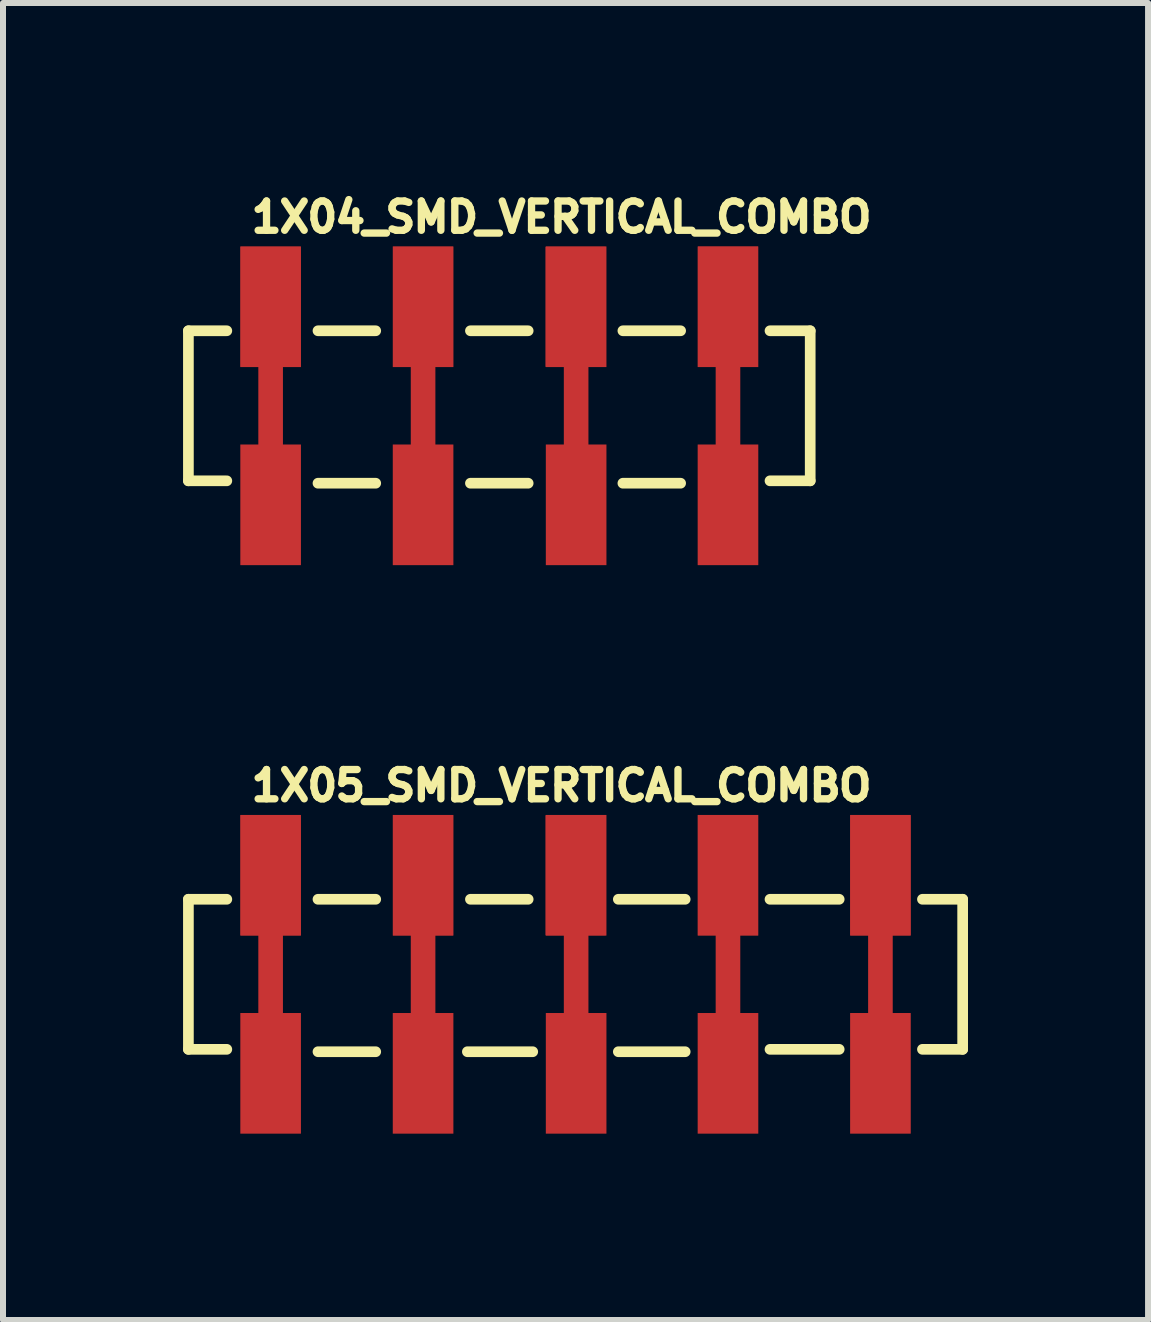
<source format=kicad_pcb>
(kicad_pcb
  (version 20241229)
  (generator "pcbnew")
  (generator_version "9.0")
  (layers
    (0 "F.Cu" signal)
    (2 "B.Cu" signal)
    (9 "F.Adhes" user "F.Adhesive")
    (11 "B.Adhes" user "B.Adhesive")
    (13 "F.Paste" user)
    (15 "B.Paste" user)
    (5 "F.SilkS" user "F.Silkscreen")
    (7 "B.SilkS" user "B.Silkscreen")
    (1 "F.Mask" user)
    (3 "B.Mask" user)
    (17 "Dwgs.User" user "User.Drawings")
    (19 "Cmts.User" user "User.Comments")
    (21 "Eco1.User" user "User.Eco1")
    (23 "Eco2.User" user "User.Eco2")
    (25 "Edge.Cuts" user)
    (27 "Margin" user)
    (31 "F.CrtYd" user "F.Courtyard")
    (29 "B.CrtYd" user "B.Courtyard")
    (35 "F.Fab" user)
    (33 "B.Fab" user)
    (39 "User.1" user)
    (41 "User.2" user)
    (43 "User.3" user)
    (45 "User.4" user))
  (footprint "1X04_SMD_VERTICAL_COMBO"
    (layer "F.Cu")
    (at 1.459 3.711)
    (property "Reference" "1X04_SMD_VERTICAL_COMBO" (at -0.381 -2.858 0) (layer "F.SilkS") (effects (font (size 0.488 0.488) (thickness 0.122)) (justify left bottom)))
    (fp_poly (pts (xy 0.505 -0.645) (xy 0.205 -0.645) (xy 0.205 0.645) (xy 0.505 0.645) (xy 0.505 2.655) (xy -0.505 2.655) (xy -0.505 0.645) (xy -0.205 0.645) (xy -0.205 -0.645) (xy -0.505 -0.645) (xy -0.505 -2.655) (xy 0.505 -2.655)) (stroke (width 0) (type solid)) (fill yes) (layer "F.Cu"))
    (fp_poly (pts (xy 3.045 -0.645) (xy 2.745 -0.645) (xy 2.745 0.645) (xy 3.045 0.645) (xy 3.045 2.655) (xy 2.035 2.655) (xy 2.035 0.645) (xy 2.335 0.645) (xy 2.335 -0.645) (xy 2.035 -0.645) (xy 2.035 -2.655) (xy 3.045 -2.655)) (stroke (width 0) (type solid)) (fill yes) (layer "F.Cu"))
    (fp_poly (pts (xy 5.595 -0.645) (xy 5.295 -0.645) (xy 5.295 0.645) (xy 5.595 0.645) (xy 5.595 2.655) (xy 4.585 2.655) (xy 4.585 0.645) (xy 4.885 0.645) (xy 4.885 -0.645) (xy 4.585 -0.645) (xy 4.585 -2.655) (xy 5.595 -2.655)) (stroke (width 0) (type solid)) (fill yes) (layer "F.Cu"))
    (fp_poly (pts (xy 8.125 -0.645) (xy 7.825 -0.645) (xy 7.825 0.645) (xy 8.125 0.645) (xy 8.125 2.655) (xy 7.115 2.655) (xy 7.115 0.645) (xy 7.415 0.645) (xy 7.415 -0.645) (xy 7.115 -0.645) (xy 7.115 -2.655) (xy 8.125 -2.655)) (stroke (width 0) (type solid)) (fill yes) (layer "F.Cu"))
    (fp_poly (pts (xy 0.58 0.56) (xy -0.62 0.56) (xy -0.62 2.76) (xy 0.58 2.76)) (stroke (width 0) (type solid)) (fill yes) (layer "F.Mask"))
    (fp_poly (pts (xy 0.6 -2.74) (xy -0.6 -2.74) (xy -0.6 -0.54) (xy 0.6 -0.54)) (stroke (width 0) (type solid)) (fill yes) (layer "F.Mask"))
    (fp_poly (pts (xy 3.12 0.56) (xy 1.92 0.56) (xy 1.92 2.76) (xy 3.12 2.76)) (stroke (width 0) (type solid)) (fill yes) (layer "F.Mask"))
    (fp_poly (pts (xy 3.14 -2.74) (xy 1.94 -2.74) (xy 1.94 -0.54) (xy 3.14 -0.54)) (stroke (width 0) (type solid)) (fill yes) (layer "F.Mask"))
    (fp_poly (pts (xy 5.67 0.56) (xy 4.47 0.56) (xy 4.47 2.76) (xy 5.67 2.76)) (stroke (width 0) (type solid)) (fill yes) (layer "F.Mask"))
    (fp_poly (pts (xy 5.69 -2.74) (xy 4.49 -2.74) (xy 4.49 -0.54) (xy 5.69 -0.54)) (stroke (width 0) (type solid)) (fill yes) (layer "F.Mask"))
    (fp_poly (pts (xy 8.2 0.56) (xy 7 0.56) (xy 7 2.76) (xy 8.2 2.76)) (stroke (width 0) (type solid)) (fill yes) (layer "F.Mask"))
    (fp_poly (pts (xy 8.22 -2.74) (xy 7.02 -2.74) (xy 7.02 -0.54) (xy 8.22 -0.54)) (stroke (width 0) (type solid)) (fill yes) (layer "F.Mask"))
    (fp_line (start -1.37 -1.25) (end -0.73 -1.25) (stroke (width 0.178) (type solid)) (layer "F.SilkS"))
    (fp_line (start -1.37 1.25) (end -1.37 -1.25) (stroke (width 0.178) (type solid)) (layer "F.SilkS"))
    (fp_line (start -0.73 1.25) (end -1.37 1.25) (stroke (width 0.178) (type solid)) (layer "F.SilkS"))
    (fp_line (start 0.789 -1.25) (end 1.751 -1.25) (stroke (width 0.178) (type solid)) (layer "F.SilkS"))
    (fp_line (start 0.789 1.29) (end 1.751 1.29) (stroke (width 0.178) (type solid)) (layer "F.SilkS"))
    (fp_line (start 3.329 -1.25) (end 4.291 -1.25) (stroke (width 0.178) (type solid)) (layer "F.SilkS"))
    (fp_line (start 3.329 1.29) (end 4.291 1.29) (stroke (width 0.178) (type solid)) (layer "F.SilkS"))
    (fp_line (start 5.869 -1.25) (end 6.831 -1.25) (stroke (width 0.178) (type solid)) (layer "F.SilkS"))
    (fp_line (start 5.869 1.29) (end 6.831 1.29) (stroke (width 0.178) (type solid)) (layer "F.SilkS"))
    (fp_line (start 8.32 -1.25) (end 8.99 -1.25) (stroke (width 0.178) (type solid)) (layer "F.SilkS"))
    (fp_line (start 8.99 -1.25) (end 8.99 1.25) (stroke (width 0.178) (type solid)) (layer "F.SilkS"))
    (fp_line (start 8.99 1.25) (end 8.32 1.25) (stroke (width 0.178) (type solid)) (layer "F.SilkS"))
    (fp_poly (pts (xy 0.58 0.56) (xy -0.62 0.56) (xy -0.62 2.76) (xy 0.58 2.76)) (stroke (width 0) (type solid)) (fill yes) (layer "F.Paste"))
    (fp_poly (pts (xy 0.6 -2.74) (xy -0.6 -2.74) (xy -0.6 -0.54) (xy 0.6 -0.54)) (stroke (width 0) (type solid)) (fill yes) (layer "F.Paste"))
    (fp_poly (pts (xy 3.12 0.56) (xy 1.92 0.56) (xy 1.92 2.76) (xy 3.12 2.76)) (stroke (width 0) (type solid)) (fill yes) (layer "F.Paste"))
    (fp_poly (pts (xy 3.14 -2.74) (xy 1.94 -2.74) (xy 1.94 -0.54) (xy 3.14 -0.54)) (stroke (width 0) (type solid)) (fill yes) (layer "F.Paste"))
    (fp_poly (pts (xy 5.67 0.56) (xy 4.47 0.56) (xy 4.47 2.76) (xy 5.67 2.76)) (stroke (width 0) (type solid)) (fill yes) (layer "F.Paste"))
    (fp_poly (pts (xy 5.69 -2.74) (xy 4.49 -2.74) (xy 4.49 -0.54) (xy 5.69 -0.54)) (stroke (width 0) (type solid)) (fill yes) (layer "F.Paste"))
    (fp_poly (pts (xy 8.2 0.56) (xy 7 0.56) (xy 7 2.76) (xy 8.2 2.76)) (stroke (width 0) (type solid)) (fill yes) (layer "F.Paste"))
    (fp_poly (pts (xy 8.22 -2.74) (xy 7.02 -2.74) (xy 7.02 -0.54) (xy 8.22 -0.54)) (stroke (width 0) (type solid)) (fill yes) (layer "F.Paste"))
    (pad "1" smd rect (at 0 -1.65 90) (size 2 1) (layers "F.Cu" "F.Paste"))
    (pad "2" smd rect (at 2.54 -1.65 90) (size 2 1) (layers "F.Cu" "F.Paste"))
    (pad "3" smd rect (at 5.08 -1.65 90) (size 2 1) (layers "F.Cu"))
    (pad "4" smd rect (at 7.62 -1.652 90) (size 2 1) (layers "F.Cu")))
  (footprint "1X05_SMD_VERTICAL_COMBO"
    (layer "F.Cu")
    (at 1.459 13.183)
    (property "Reference" "1X05_SMD_VERTICAL_COMBO" (at -0.381 -2.858 0) (layer "F.SilkS") (effects (font (size 0.488 0.488) (thickness 0.122)) (justify left bottom)))
    (fp_poly (pts (xy 0.505 -0.645) (xy 0.205 -0.645) (xy 0.205 0.645) (xy 0.505 0.645) (xy 0.505 2.655) (xy -0.505 2.655) (xy -0.505 0.645) (xy -0.205 0.645) (xy -0.205 -0.645) (xy -0.505 -0.645) (xy -0.505 -2.655) (xy 0.505 -2.655)) (stroke (width 0) (type solid)) (fill yes) (layer "F.Cu"))
    (fp_poly (pts (xy 3.045 -0.645) (xy 2.745 -0.645) (xy 2.745 0.645) (xy 3.045 0.645) (xy 3.045 2.655) (xy 2.035 2.655) (xy 2.035 0.645) (xy 2.335 0.645) (xy 2.335 -0.645) (xy 2.035 -0.645) (xy 2.035 -2.655) (xy 3.045 -2.655)) (stroke (width 0) (type solid)) (fill yes) (layer "F.Cu"))
    (fp_poly (pts (xy 5.595 -0.645) (xy 5.295 -0.645) (xy 5.295 0.645) (xy 5.595 0.645) (xy 5.595 2.655) (xy 4.585 2.655) (xy 4.585 0.645) (xy 4.885 0.645) (xy 4.885 -0.645) (xy 4.585 -0.645) (xy 4.585 -2.655) (xy 5.595 -2.655)) (stroke (width 0) (type solid)) (fill yes) (layer "F.Cu"))
    (fp_poly (pts (xy 8.125 -0.645) (xy 7.825 -0.645) (xy 7.825 0.645) (xy 8.125 0.645) (xy 8.125 2.655) (xy 7.115 2.655) (xy 7.115 0.645) (xy 7.415 0.645) (xy 7.415 -0.645) (xy 7.115 -0.645) (xy 7.115 -2.655) (xy 8.125 -2.655)) (stroke (width 0) (type solid)) (fill yes) (layer "F.Cu"))
    (fp_poly (pts (xy 10.665 -0.645) (xy 10.365 -0.645) (xy 10.365 0.645) (xy 10.665 0.645) (xy 10.665 2.655) (xy 9.655 2.655) (xy 9.655 0.645) (xy 9.955 0.645) (xy 9.955 -0.645) (xy 9.655 -0.645) (xy 9.655 -2.655) (xy 10.665 -2.655)) (stroke (width 0) (type solid)) (fill yes) (layer "F.Cu"))
    (fp_poly (pts (xy 0.58 0.56) (xy -0.62 0.56) (xy -0.62 2.76) (xy 0.58 2.76)) (stroke (width 0) (type solid)) (fill yes) (layer "F.Mask"))
    (fp_poly (pts (xy 0.6 -2.74) (xy -0.6 -2.74) (xy -0.6 -0.54) (xy 0.6 -0.54)) (stroke (width 0) (type solid)) (fill yes) (layer "F.Mask"))
    (fp_poly (pts (xy 3.12 0.56) (xy 1.92 0.56) (xy 1.92 2.76) (xy 3.12 2.76)) (stroke (width 0) (type solid)) (fill yes) (layer "F.Mask"))
    (fp_poly (pts (xy 3.14 -2.74) (xy 1.94 -2.74) (xy 1.94 -0.54) (xy 3.14 -0.54)) (stroke (width 0) (type solid)) (fill yes) (layer "F.Mask"))
    (fp_poly (pts (xy 5.67 0.56) (xy 4.47 0.56) (xy 4.47 2.76) (xy 5.67 2.76)) (stroke (width 0) (type solid)) (fill yes) (layer "F.Mask"))
    (fp_poly (pts (xy 5.69 -2.74) (xy 4.49 -2.74) (xy 4.49 -0.54) (xy 5.69 -0.54)) (stroke (width 0) (type solid)) (fill yes) (layer "F.Mask"))
    (fp_poly (pts (xy 8.2 0.56) (xy 7 0.56) (xy 7 2.76) (xy 8.2 2.76)) (stroke (width 0) (type solid)) (fill yes) (layer "F.Mask"))
    (fp_poly (pts (xy 8.22 -2.74) (xy 7.02 -2.74) (xy 7.02 -0.54) (xy 8.22 -0.54)) (stroke (width 0) (type solid)) (fill yes) (layer "F.Mask"))
    (fp_poly (pts (xy 10.74 0.56) (xy 9.54 0.56) (xy 9.54 2.76) (xy 10.74 2.76)) (stroke (width 0) (type solid)) (fill yes) (layer "F.Mask"))
    (fp_poly (pts (xy 10.76 -2.74) (xy 9.56 -2.74) (xy 9.56 -0.54) (xy 10.76 -0.54)) (stroke (width 0) (type solid)) (fill yes) (layer "F.Mask"))
    (fp_line (start -1.37 -1.25) (end -0.73 -1.25) (stroke (width 0.178) (type solid)) (layer "F.SilkS"))
    (fp_line (start -1.37 1.25) (end -1.37 -1.25) (stroke (width 0.178) (type solid)) (layer "F.SilkS"))
    (fp_line (start -0.73 1.25) (end -1.37 1.25) (stroke (width 0.178) (type solid)) (layer "F.SilkS"))
    (fp_line (start 0.789 -1.25) (end 1.751 -1.25) (stroke (width 0.178) (type solid)) (layer "F.SilkS"))
    (fp_line (start 0.789 1.29) (end 1.751 1.29) (stroke (width 0.178) (type solid)) (layer "F.SilkS"))
    (fp_line (start 3.278 1.29) (end 4.367 1.29) (stroke (width 0.178) (type solid)) (layer "F.SilkS"))
    (fp_line (start 3.329 -1.25) (end 4.291 -1.25) (stroke (width 0.178) (type solid)) (layer "F.SilkS"))
    (fp_line (start 5.793 -1.25) (end 6.907 -1.25) (stroke (width 0.178) (type solid)) (layer "F.SilkS"))
    (fp_line (start 5.793 1.29) (end 6.907 1.29) (stroke (width 0.178) (type solid)) (layer "F.SilkS"))
    (fp_line (start 8.32 -1.25) (end 9.473 -1.25) (stroke (width 0.178) (type solid)) (layer "F.SilkS"))
    (fp_line (start 9.473 1.25) (end 8.32 1.25) (stroke (width 0.178) (type solid)) (layer "F.SilkS"))
    (fp_line (start 10.86 -1.25) (end 11.53 -1.25) (stroke (width 0.178) (type solid)) (layer "F.SilkS"))
    (fp_line (start 11.53 -1.25) (end 11.53 1.25) (stroke (width 0.178) (type solid)) (layer "F.SilkS"))
    (fp_line (start 11.53 1.25) (end 10.86 1.25) (stroke (width 0.178) (type solid)) (layer "F.SilkS"))
    (fp_poly (pts (xy 0.58 0.56) (xy -0.62 0.56) (xy -0.62 2.76) (xy 0.58 2.76)) (stroke (width 0) (type solid)) (fill yes) (layer "F.Paste"))
    (fp_poly (pts (xy 0.6 -2.74) (xy -0.6 -2.74) (xy -0.6 -0.54) (xy 0.6 -0.54)) (stroke (width 0) (type solid)) (fill yes) (layer "F.Paste"))
    (fp_poly (pts (xy 3.12 0.56) (xy 1.92 0.56) (xy 1.92 2.76) (xy 3.12 2.76)) (stroke (width 0) (type solid)) (fill yes) (layer "F.Paste"))
    (fp_poly (pts (xy 3.14 -2.74) (xy 1.94 -2.74) (xy 1.94 -0.54) (xy 3.14 -0.54)) (stroke (width 0) (type solid)) (fill yes) (layer "F.Paste"))
    (fp_poly (pts (xy 5.67 0.56) (xy 4.47 0.56) (xy 4.47 2.76) (xy 5.67 2.76)) (stroke (width 0) (type solid)) (fill yes) (layer "F.Paste"))
    (fp_poly (pts (xy 5.69 -2.74) (xy 4.49 -2.74) (xy 4.49 -0.54) (xy 5.69 -0.54)) (stroke (width 0) (type solid)) (fill yes) (layer "F.Paste"))
    (fp_poly (pts (xy 8.2 0.56) (xy 7 0.56) (xy 7 2.76) (xy 8.2 2.76)) (stroke (width 0) (type solid)) (fill yes) (layer "F.Paste"))
    (fp_poly (pts (xy 8.22 -2.74) (xy 7.02 -2.74) (xy 7.02 -0.54) (xy 8.22 -0.54)) (stroke (width 0) (type solid)) (fill yes) (layer "F.Paste"))
    (fp_poly (pts (xy 10.74 0.56) (xy 9.54 0.56) (xy 9.54 2.76) (xy 10.74 2.76)) (stroke (width 0) (type solid)) (fill yes) (layer "F.Paste"))
    (fp_poly (pts (xy 10.76 -2.74) (xy 9.56 -2.74) (xy 9.56 -0.54) (xy 10.76 -0.54)) (stroke (width 0) (type solid)) (fill yes) (layer "F.Paste"))
    (pad "1" smd rect (at 0 -1.65 90) (size 2 1) (layers "F.Cu" "F.Paste"))
    (pad "2" smd rect (at 2.54 -1.65 90) (size 2 1) (layers "F.Cu" "F.Paste"))
    (pad "3" smd rect (at 5.08 -1.65 90) (size 2 1) (layers "F.Cu"))
    (pad "4" smd rect (at 7.62 -1.652 90) (size 2 1) (layers "F.Cu"))
    (pad "5" smd rect (at 10.16 -1.65 90) (size 2 1) (layers "F.Cu")))
  (gr_rect
    (start -3 -3)
    (end 16.078 18.943)
    (stroke (width 0.1) (type default))
    (fill no)
    (layer "Edge.Cuts")))
</source>
